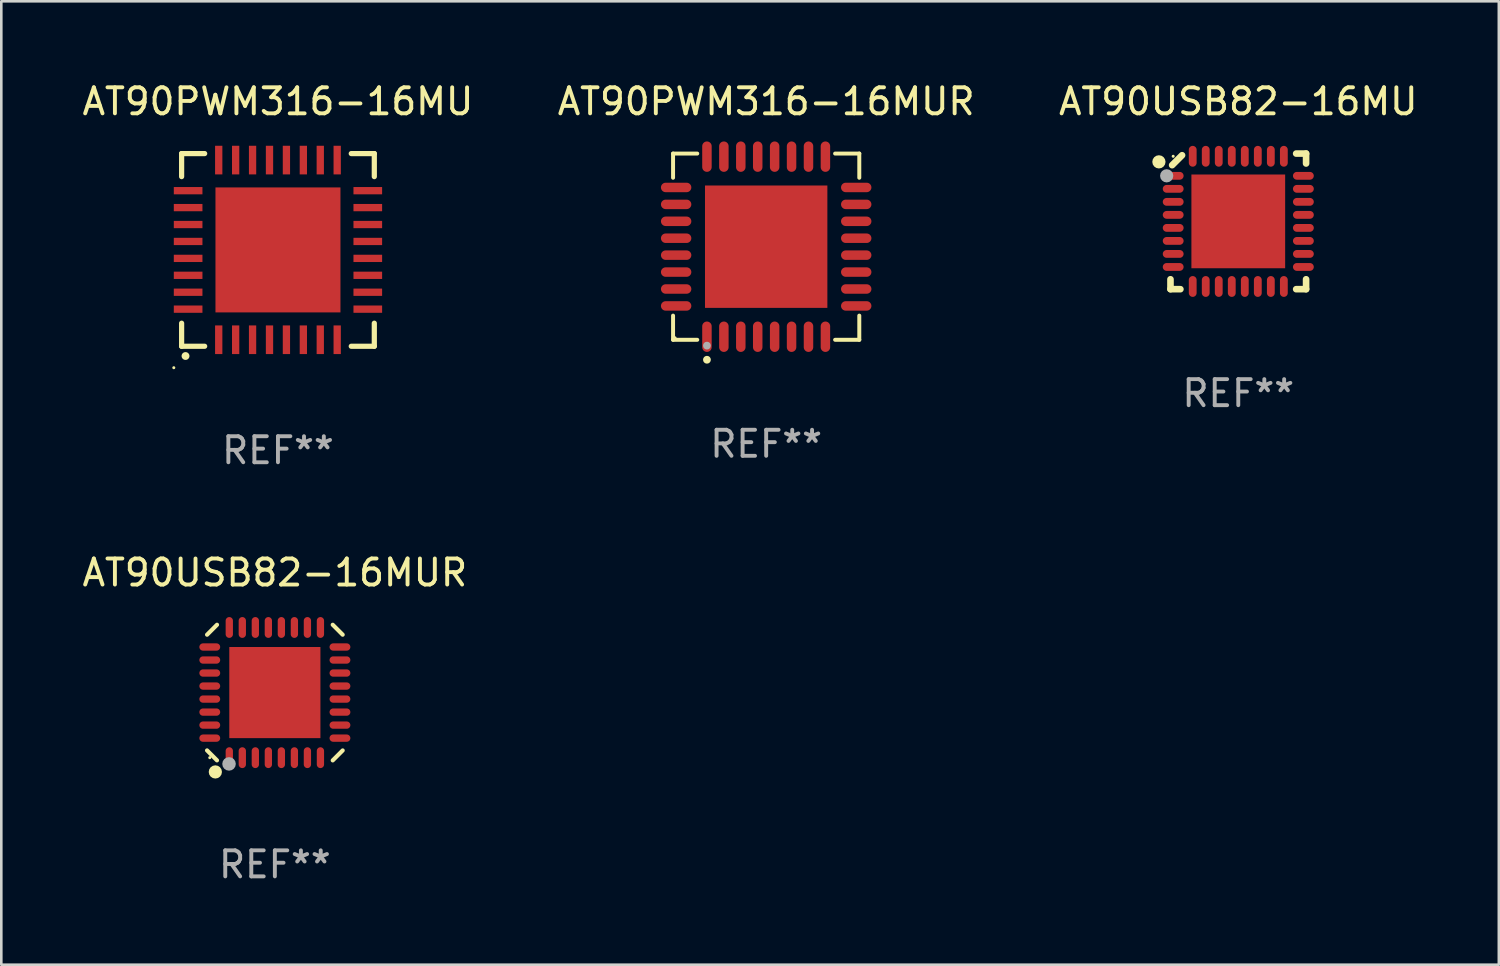
<source format=kicad_pcb>
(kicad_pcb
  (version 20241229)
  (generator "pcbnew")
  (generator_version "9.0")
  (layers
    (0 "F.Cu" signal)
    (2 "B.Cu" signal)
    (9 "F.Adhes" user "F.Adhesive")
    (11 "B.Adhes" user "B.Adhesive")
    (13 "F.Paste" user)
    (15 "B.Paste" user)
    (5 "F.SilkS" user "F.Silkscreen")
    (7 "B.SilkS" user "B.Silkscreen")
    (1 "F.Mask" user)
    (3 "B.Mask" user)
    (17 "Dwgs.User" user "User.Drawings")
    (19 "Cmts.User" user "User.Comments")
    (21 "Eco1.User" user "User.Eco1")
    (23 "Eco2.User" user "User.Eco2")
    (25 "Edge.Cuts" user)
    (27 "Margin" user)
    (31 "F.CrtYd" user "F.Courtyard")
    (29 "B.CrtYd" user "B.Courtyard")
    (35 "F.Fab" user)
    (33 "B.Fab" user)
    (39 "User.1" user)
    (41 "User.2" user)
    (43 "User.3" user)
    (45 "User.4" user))
  (footprint "AT90USB82-16MUR"
    (layer "F.Cu")
    (at 7.506 23.548)
    (property "Reference" "AT90USB82-16MUR" (at 0 -4.604 0) (layer "F.SilkS") (effects (font (size 1 1) (thickness 0.15))))
    (attr through_hole)
    (fp_line (start -2.223 2.603) (end -2.604 2.222) (stroke (width 0.16) (type solid)) (layer "F.SilkS"))
    (fp_line (start -2.222 -2.604) (end -2.603 -2.223) (stroke (width 0.16) (type solid)) (layer "F.SilkS"))
    (fp_line (start 2.223 -2.604) (end 2.604 -2.223) (stroke (width 0.16) (type solid)) (layer "F.SilkS"))
    (fp_line (start 2.604 2.223) (end 2.223 2.604) (stroke (width 0.16) (type solid)) (layer "F.SilkS"))
    (fp_circle (center -2.5 2.5) (end -2.47 2.5) (stroke (width 0.06) (type solid)) (fill no) (layer "F.SilkS"))
    (fp_circle (center -2.286 3.048) (end -2.159 3.048) (stroke (width 0.254) (type solid)) (fill no) (layer "F.SilkS"))
    (fp_circle (center -1.76 2.74) (end -1.63 2.74) (stroke (width 0.26) (type solid)) (fill no) (layer "F.Fab"))
    (fp_text user "REF**" (at 0 6.604 0) (layer "F.Fab") (effects (font (size 1 1) (thickness 0.15))))
    (pad "1" smd oval (at -1.75 2.5) (size 0.28 0.8) (layers "F.Cu" "F.Mask" "F.Paste"))
    (pad "2" smd oval (at -1.25 2.5) (size 0.28 0.8) (layers "F.Cu" "F.Mask" "F.Paste"))
    (pad "3" smd oval (at -0.75 2.5) (size 0.28 0.8) (layers "F.Cu" "F.Mask" "F.Paste"))
    (pad "4" smd oval (at -0.25 2.5) (size 0.28 0.8) (layers "F.Cu" "F.Mask" "F.Paste"))
    (pad "5" smd oval (at 0.25 2.5) (size 0.28 0.8) (layers "F.Cu" "F.Mask" "F.Paste"))
    (pad "6" smd oval (at 0.75 2.5) (size 0.28 0.8) (layers "F.Cu" "F.Mask" "F.Paste"))
    (pad "7" smd oval (at 1.25 2.5) (size 0.28 0.8) (layers "F.Cu" "F.Mask" "F.Paste"))
    (pad "8" smd oval (at 1.75 2.5) (size 0.28 0.8) (layers "F.Cu" "F.Mask" "F.Paste"))
    (pad "9" smd oval (at 2.5 1.75) (size 0.8 0.28) (layers "F.Cu" "F.Mask" "F.Paste"))
    (pad "10" smd oval (at 2.5 1.25) (size 0.8 0.28) (layers "F.Cu" "F.Mask" "F.Paste"))
    (pad "11" smd oval (at 2.5 0.75) (size 0.8 0.28) (layers "F.Cu" "F.Mask" "F.Paste"))
    (pad "12" smd oval (at 2.5 0.25) (size 0.8 0.28) (layers "F.Cu" "F.Mask" "F.Paste"))
    (pad "13" smd oval (at 2.5 -0.25) (size 0.8 0.28) (layers "F.Cu" "F.Mask" "F.Paste"))
    (pad "14" smd oval (at 2.5 -0.75) (size 0.8 0.28) (layers "F.Cu" "F.Mask" "F.Paste"))
    (pad "15" smd oval (at 2.5 -1.25) (size 0.8 0.28) (layers "F.Cu" "F.Mask" "F.Paste"))
    (pad "16" smd oval (at 2.5 -1.75) (size 0.8 0.28) (layers "F.Cu" "F.Mask" "F.Paste"))
    (pad "17" smd oval (at 1.75 -2.5) (size 0.28 0.8) (layers "F.Cu" "F.Mask" "F.Paste"))
    (pad "18" smd oval (at 1.25 -2.5) (size 0.28 0.8) (layers "F.Cu" "F.Mask" "F.Paste"))
    (pad "19" smd oval (at 0.75 -2.5) (size 0.28 0.8) (layers "F.Cu" "F.Mask" "F.Paste"))
    (pad "20" smd oval (at 0.25 -2.5) (size 0.28 0.8) (layers "F.Cu" "F.Mask" "F.Paste"))
    (pad "21" smd oval (at -0.25 -2.5) (size 0.28 0.8) (layers "F.Cu" "F.Mask" "F.Paste"))
    (pad "22" smd oval (at -0.75 -2.5) (size 0.28 0.8) (layers "F.Cu" "F.Mask" "F.Paste"))
    (pad "23" smd oval (at -1.25 -2.5) (size 0.28 0.8) (layers "F.Cu" "F.Mask" "F.Paste"))
    (pad "24" smd oval (at -1.75 -2.5) (size 0.28 0.8) (layers "F.Cu" "F.Mask" "F.Paste"))
    (pad "25" smd oval (at -2.5 -1.75) (size 0.8 0.28) (layers "F.Cu" "F.Mask" "F.Paste"))
    (pad "26" smd oval (at -2.5 -1.25) (size 0.8 0.28) (layers "F.Cu" "F.Mask" "F.Paste"))
    (pad "27" smd oval (at -2.5 -0.75) (size 0.8 0.28) (layers "F.Cu" "F.Mask" "F.Paste"))
    (pad "28" smd oval (at -2.5 -0.25) (size 0.8 0.28) (layers "F.Cu" "F.Mask" "F.Paste"))
    (pad "29" smd oval (at -2.5 0.25) (size 0.8 0.28) (layers "F.Cu" "F.Mask" "F.Paste"))
    (pad "30" smd oval (at -2.5 0.75) (size 0.8 0.28) (layers "F.Cu" "F.Mask" "F.Paste"))
    (pad "31" smd oval (at -2.5 1.25) (size 0.8 0.28) (layers "F.Cu" "F.Mask" "F.Paste"))
    (pad "32" smd oval (at -2.5 1.75) (size 0.8 0.28) (layers "F.Cu" "F.Mask" "F.Paste"))
    (pad "33" smd rect (at 0.000038 -0.000025) (size 3.5 3.5) (layers "F.Cu" "F.Mask" "F.Paste")))
  (footprint "AT90PWM316-16MUR"
    (layer "F.Cu")
    (at 26.375 6.424)
    (property "Reference" "AT90PWM316-16MUR" (at 0 -5.576 0) (layer "F.SilkS") (effects (font (size 1 1) (thickness 0.15))))
    (attr through_hole)
    (fp_line (start -3.576 -3.576) (end -2.647 -3.576) (stroke (width 0.152) (type solid)) (layer "F.SilkS"))
    (fp_line (start -3.576 -2.647) (end -3.576 -3.576) (stroke (width 0.152) (type solid)) (layer "F.SilkS"))
    (fp_line (start -3.576 2.647) (end -3.576 3.576) (stroke (width 0.152) (type solid)) (layer "F.SilkS"))
    (fp_line (start -3.576 3.576) (end -2.647 3.576) (stroke (width 0.152) (type solid)) (layer "F.SilkS"))
    (fp_line (start 3.576 -3.576) (end 2.647 -3.576) (stroke (width 0.152) (type solid)) (layer "F.SilkS"))
    (fp_line (start 3.576 -2.647) (end 3.576 -3.576) (stroke (width 0.152) (type solid)) (layer "F.SilkS"))
    (fp_line (start 3.576 2.647) (end 3.576 3.576) (stroke (width 0.152) (type solid)) (layer "F.SilkS"))
    (fp_line (start 3.576 3.576) (end 2.647 3.576) (stroke (width 0.152) (type solid)) (layer "F.SilkS"))
    (fp_circle (center -3.5 3.5) (end -3.47 3.5) (stroke (width 0.06) (type solid)) (fill no) (layer "F.SilkS"))
    (fp_circle (center -2.275 4.342) (end -2.2 4.342) (stroke (width 0.15) (type solid)) (fill no) (layer "F.SilkS"))
    (fp_circle (center -2.275 3.8) (end -2.2 3.8) (stroke (width 0.15) (type solid)) (fill no) (layer "F.Fab"))
    (fp_text user "REF**" (at 0 7.576 0) (layer "F.Fab") (effects (font (size 1 1) (thickness 0.15))))
    (pad "1" smd oval (at -2.275 3.458) (size 0.364 1.167) (layers "F.Cu" "F.Mask" "F.Paste"))
    (pad "2" smd oval (at -1.625 3.458) (size 0.364 1.167) (layers "F.Cu" "F.Mask" "F.Paste"))
    (pad "3" smd oval (at -0.975 3.458) (size 0.364 1.167) (layers "F.Cu" "F.Mask" "F.Paste"))
    (pad "4" smd oval (at -0.325 3.458) (size 0.364 1.167) (layers "F.Cu" "F.Mask" "F.Paste"))
    (pad "5" smd oval (at 0.325 3.458) (size 0.364 1.167) (layers "F.Cu" "F.Mask" "F.Paste"))
    (pad "6" smd oval (at 0.975 3.458) (size 0.364 1.167) (layers "F.Cu" "F.Mask" "F.Paste"))
    (pad "7" smd oval (at 1.625 3.458) (size 0.364 1.167) (layers "F.Cu" "F.Mask" "F.Paste"))
    (pad "8" smd oval (at 2.275 3.458) (size 0.364 1.167) (layers "F.Cu" "F.Mask" "F.Paste"))
    (pad "9" smd oval (at 3.458 2.275) (size 1.167 0.364) (layers "F.Cu" "F.Mask" "F.Paste"))
    (pad "10" smd oval (at 3.458 1.625) (size 1.167 0.364) (layers "F.Cu" "F.Mask" "F.Paste"))
    (pad "11" smd oval (at 3.458 0.975) (size 1.167 0.364) (layers "F.Cu" "F.Mask" "F.Paste"))
    (pad "12" smd oval (at 3.458 0.325) (size 1.167 0.364) (layers "F.Cu" "F.Mask" "F.Paste"))
    (pad "13" smd oval (at 3.458 -0.325) (size 1.167 0.364) (layers "F.Cu" "F.Mask" "F.Paste"))
    (pad "14" smd oval (at 3.458 -0.975) (size 1.167 0.364) (layers "F.Cu" "F.Mask" "F.Paste"))
    (pad "15" smd oval (at 3.458 -1.625) (size 1.167 0.364) (layers "F.Cu" "F.Mask" "F.Paste"))
    (pad "16" smd oval (at 3.458 -2.275) (size 1.167 0.364) (layers "F.Cu" "F.Mask" "F.Paste"))
    (pad "17" smd oval (at 2.275 -3.458) (size 0.364 1.167) (layers "F.Cu" "F.Mask" "F.Paste"))
    (pad "18" smd oval (at 1.625 -3.458) (size 0.364 1.167) (layers "F.Cu" "F.Mask" "F.Paste"))
    (pad "19" smd oval (at 0.975 -3.458) (size 0.364 1.167) (layers "F.Cu" "F.Mask" "F.Paste"))
    (pad "20" smd oval (at 0.325 -3.458) (size 0.364 1.167) (layers "F.Cu" "F.Mask" "F.Paste"))
    (pad "21" smd oval (at -0.325 -3.458) (size 0.364 1.167) (layers "F.Cu" "F.Mask" "F.Paste"))
    (pad "22" smd oval (at -0.975 -3.458) (size 0.364 1.167) (layers "F.Cu" "F.Mask" "F.Paste"))
    (pad "23" smd oval (at -1.625 -3.458) (size 0.364 1.167) (layers "F.Cu" "F.Mask" "F.Paste"))
    (pad "24" smd oval (at -2.275 -3.458) (size 0.364 1.167) (layers "F.Cu" "F.Mask" "F.Paste"))
    (pad "25" smd oval (at -3.458 -2.275) (size 1.167 0.364) (layers "F.Cu" "F.Mask" "F.Paste"))
    (pad "26" smd oval (at -3.458 -1.625) (size 1.167 0.364) (layers "F.Cu" "F.Mask" "F.Paste"))
    (pad "27" smd oval (at -3.458 -0.975) (size 1.167 0.364) (layers "F.Cu" "F.Mask" "F.Paste"))
    (pad "28" smd oval (at -3.458 -0.325) (size 1.167 0.364) (layers "F.Cu" "F.Mask" "F.Paste"))
    (pad "29" smd oval (at -3.458 0.325) (size 1.167 0.364) (layers "F.Cu" "F.Mask" "F.Paste"))
    (pad "30" smd oval (at -3.458 0.975) (size 1.167 0.364) (layers "F.Cu" "F.Mask" "F.Paste"))
    (pad "31" smd oval (at -3.458 1.625) (size 1.167 0.364) (layers "F.Cu" "F.Mask" "F.Paste"))
    (pad "32" smd oval (at -3.458 2.275) (size 1.167 0.364) (layers "F.Cu" "F.Mask" "F.Paste"))
    (pad "33" smd rect (at 0 0) (size 4.7 4.7) (layers "F.Cu" "F.Mask" "F.Paste")))
  (footprint "AT90PWM316-16MU"
    (layer "F.Cu")
    (at 7.625 6.548)
    (property "Reference" "AT90PWM316-16MU" (at 0 -5.7 0) (layer "F.SilkS") (effects (font (size 1 1) (thickness 0.15))))
    (attr through_hole)
    (fp_line (start -3.7 -3.7) (end -2.815 -3.7) (stroke (width 0.2) (type solid)) (layer "F.SilkS"))
    (fp_line (start -3.7 -2.815) (end -3.7 -3.7) (stroke (width 0.2) (type solid)) (layer "F.SilkS"))
    (fp_line (start -3.7 3.7) (end -3.7 2.815) (stroke (width 0.2) (type solid)) (layer "F.SilkS"))
    (fp_line (start -2.815 3.7) (end -3.7 3.7) (stroke (width 0.2) (type solid)) (layer "F.SilkS"))
    (fp_line (start 2.815 3.7) (end 3.7 3.7) (stroke (width 0.2) (type solid)) (layer "F.SilkS"))
    (fp_line (start 3.7 -3.7) (end 2.815 -3.7) (stroke (width 0.2) (type solid)) (layer "F.SilkS"))
    (fp_line (start 3.7 -2.815) (end 3.7 -3.7) (stroke (width 0.2) (type solid)) (layer "F.SilkS"))
    (fp_line (start 3.7 3.7) (end 3.7 2.815) (stroke (width 0.2) (type solid)) (layer "F.SilkS"))
    (fp_arc (start -3.551308 4.074168) (mid -3.550038 4.074163) (end -3.548768 4.074168) (stroke (width 0.3) (type solid)) (layer "F.SilkS"))
    (fp_circle (center -4 4.524) (end -3.97 4.524) (stroke (width 0.06) (type solid)) (fill no) (layer "F.SilkS"))
    (fp_text user "REF**" (at 0 7.7 0) (layer "F.Fab") (effects (font (size 1 1) (thickness 0.15))))
    (pad "1" smd rect (at -2.275 3.45 180) (size 0.28 1.1) (layers "F.Cu" "F.Mask" "F.Paste"))
    (pad "2" smd rect (at -1.625 3.45 180) (size 0.28 1.1) (layers "F.Cu" "F.Mask" "F.Paste"))
    (pad "3" smd rect (at -0.975 3.45 180) (size 0.28 1.1) (layers "F.Cu" "F.Mask" "F.Paste"))
    (pad "4" smd rect (at -0.325 3.45 180) (size 0.28 1.1) (layers "F.Cu" "F.Mask" "F.Paste"))
    (pad "5" smd rect (at 0.325 3.45 180) (size 0.28 1.1) (layers "F.Cu" "F.Mask" "F.Paste"))
    (pad "6" smd rect (at 0.975 3.45 180) (size 0.28 1.1) (layers "F.Cu" "F.Mask" "F.Paste"))
    (pad "7" smd rect (at 1.625 3.45 180) (size 0.28 1.1) (layers "F.Cu" "F.Mask" "F.Paste"))
    (pad "8" smd rect (at 2.275 3.45 180) (size 0.28 1.1) (layers "F.Cu" "F.Mask" "F.Paste"))
    (pad "9" smd rect (at 3.45 2.275 90) (size 0.28 1.1) (layers "F.Cu" "F.Mask" "F.Paste"))
    (pad "10" smd rect (at 3.45 1.625 90) (size 0.28 1.1) (layers "F.Cu" "F.Mask" "F.Paste"))
    (pad "11" smd rect (at 3.45 0.975 90) (size 0.28 1.1) (layers "F.Cu" "F.Mask" "F.Paste"))
    (pad "12" smd rect (at 3.45 0.325 90) (size 0.28 1.1) (layers "F.Cu" "F.Mask" "F.Paste"))
    (pad "13" smd rect (at 3.45 -0.325 90) (size 0.28 1.1) (layers "F.Cu" "F.Mask" "F.Paste"))
    (pad "14" smd rect (at 3.45 -0.975 90) (size 0.28 1.1) (layers "F.Cu" "F.Mask" "F.Paste"))
    (pad "15" smd rect (at 3.45 -1.625 90) (size 0.28 1.1) (layers "F.Cu" "F.Mask" "F.Paste"))
    (pad "16" smd rect (at 3.45 -2.275 90) (size 0.28 1.1) (layers "F.Cu" "F.Mask" "F.Paste"))
    (pad "17" smd rect (at 2.275 -3.45 180) (size 0.28 1.1) (layers "F.Cu" "F.Mask" "F.Paste"))
    (pad "18" smd rect (at 1.625 -3.45 180) (size 0.28 1.1) (layers "F.Cu" "F.Mask" "F.Paste"))
    (pad "19" smd rect (at 0.975 -3.45 180) (size 0.28 1.1) (layers "F.Cu" "F.Mask" "F.Paste"))
    (pad "20" smd rect (at 0.325 -3.45 180) (size 0.28 1.1) (layers "F.Cu" "F.Mask" "F.Paste"))
    (pad "21" smd rect (at -0.325 -3.45 180) (size 0.28 1.1) (layers "F.Cu" "F.Mask" "F.Paste"))
    (pad "22" smd rect (at -0.975 -3.45 180) (size 0.28 1.1) (layers "F.Cu" "F.Mask" "F.Paste"))
    (pad "23" smd rect (at -1.625 -3.45 180) (size 0.28 1.1) (layers "F.Cu" "F.Mask" "F.Paste"))
    (pad "24" smd rect (at -2.275 -3.45 180) (size 0.28 1.1) (layers "F.Cu" "F.Mask" "F.Paste"))
    (pad "25" smd rect (at -3.45 -2.275 90) (size 0.28 1.1) (layers "F.Cu" "F.Mask" "F.Paste"))
    (pad "26" smd rect (at -3.45 -1.625 90) (size 0.28 1.1) (layers "F.Cu" "F.Mask" "F.Paste"))
    (pad "27" smd rect (at -3.45 -0.975 90) (size 0.28 1.1) (layers "F.Cu" "F.Mask" "F.Paste"))
    (pad "28" smd rect (at -3.45 -0.325 90) (size 0.28 1.1) (layers "F.Cu" "F.Mask" "F.Paste"))
    (pad "29" smd rect (at -3.45 0.325 90) (size 0.28 1.1) (layers "F.Cu" "F.Mask" "F.Paste"))
    (pad "30" smd rect (at -3.45 0.975 90) (size 0.28 1.1) (layers "F.Cu" "F.Mask" "F.Paste"))
    (pad "31" smd rect (at -3.45 1.625 90) (size 0.28 1.1) (layers "F.Cu" "F.Mask" "F.Paste"))
    (pad "32" smd rect (at -3.45 2.275 90) (size 0.28 1.1) (layers "F.Cu" "F.Mask" "F.Paste"))
    (pad "33" smd rect (at 0 0 90) (size 4.8 4.8) (layers "F.Cu" "F.Mask" "F.Paste")))
  (footprint "AT90USB82-16MU"
    (layer "F.Cu")
    (at 44.506 5.452)
    (property "Reference" "AT90USB82-16MU" (at 0 -4.604 0) (layer "F.SilkS") (effects (font (size 1 1) (thickness 0.15))))
    (attr through_hole)
    (fp_line (start -2.604 2.223) (end -2.604 2.604) (stroke (width 0.254) (type solid)) (layer "F.SilkS"))
    (fp_line (start -2.604 2.604) (end -2.223 2.604) (stroke (width 0.254) (type solid)) (layer "F.SilkS"))
    (fp_line (start -2.159 -2.54) (end -2.54 -2.159) (stroke (width 0.254) (type solid)) (layer "F.SilkS"))
    (fp_line (start 2.223 2.604) (end 2.604 2.604) (stroke (width 0.254) (type solid)) (layer "F.SilkS"))
    (fp_line (start 2.604 -2.604) (end 2.223 -2.604) (stroke (width 0.254) (type solid)) (layer "F.SilkS"))
    (fp_line (start 2.604 -2.223) (end 2.604 -2.604) (stroke (width 0.254) (type solid)) (layer "F.SilkS"))
    (fp_line (start 2.604 2.604) (end 2.604 2.223) (stroke (width 0.254) (type solid)) (layer "F.SilkS"))
    (fp_circle (center -3.048 -2.286) (end -2.921 -2.286) (stroke (width 0.254) (type solid)) (fill no) (layer "F.SilkS"))
    (fp_circle (center -2.5 -2.5) (end -2.47 -2.5) (stroke (width 0.06) (type solid)) (fill no) (layer "F.SilkS"))
    (fp_circle (center -2.75 -1.75) (end -2.623 -1.75) (stroke (width 0.254) (type solid)) (fill no) (layer "F.Fab"))
    (fp_text user "REF**" (at 0 6.604 0) (layer "F.Fab") (effects (font (size 1 1) (thickness 0.15))))
    (pad "1" smd oval (at -2.5 -1.75) (size 0.8 0.3) (layers "F.Cu" "F.Mask" "F.Paste"))
    (pad "2" smd oval (at -2.5 -1.25) (size 0.8 0.3) (layers "F.Cu" "F.Mask" "F.Paste"))
    (pad "3" smd oval (at -2.5 -0.75) (size 0.8 0.3) (layers "F.Cu" "F.Mask" "F.Paste"))
    (pad "4" smd oval (at -2.5 -0.25) (size 0.8 0.3) (layers "F.Cu" "F.Mask" "F.Paste"))
    (pad "5" smd oval (at -2.5 0.25) (size 0.8 0.3) (layers "F.Cu" "F.Mask" "F.Paste"))
    (pad "6" smd oval (at -2.5 0.75) (size 0.8 0.3) (layers "F.Cu" "F.Mask" "F.Paste"))
    (pad "7" smd oval (at -2.5 1.25) (size 0.8 0.3) (layers "F.Cu" "F.Mask" "F.Paste"))
    (pad "8" smd oval (at -2.5 1.75) (size 0.8 0.3) (layers "F.Cu" "F.Mask" "F.Paste"))
    (pad "9" smd oval (at -1.75 2.5) (size 0.3 0.8) (layers "F.Cu" "F.Mask" "F.Paste"))
    (pad "10" smd oval (at -1.25 2.5) (size 0.3 0.8) (layers "F.Cu" "F.Mask" "F.Paste"))
    (pad "11" smd oval (at -0.75 2.5) (size 0.3 0.8) (layers "F.Cu" "F.Mask" "F.Paste"))
    (pad "12" smd oval (at -0.25 2.5) (size 0.3 0.8) (layers "F.Cu" "F.Mask" "F.Paste"))
    (pad "13" smd oval (at 0.25 2.5) (size 0.3 0.8) (layers "F.Cu" "F.Mask" "F.Paste"))
    (pad "14" smd oval (at 0.75 2.5) (size 0.3 0.8) (layers "F.Cu" "F.Mask" "F.Paste"))
    (pad "15" smd oval (at 1.25 2.5) (size 0.3 0.8) (layers "F.Cu" "F.Mask" "F.Paste"))
    (pad "16" smd oval (at 1.75 2.5) (size 0.3 0.8) (layers "F.Cu" "F.Mask" "F.Paste"))
    (pad "17" smd oval (at 2.5 1.75) (size 0.8 0.3) (layers "F.Cu" "F.Mask" "F.Paste"))
    (pad "18" smd oval (at 2.5 1.25) (size 0.8 0.3) (layers "F.Cu" "F.Mask" "F.Paste"))
    (pad "19" smd oval (at 2.5 0.75) (size 0.8 0.3) (layers "F.Cu" "F.Mask" "F.Paste"))
    (pad "20" smd oval (at 2.5 0.25) (size 0.8 0.3) (layers "F.Cu" "F.Mask" "F.Paste"))
    (pad "21" smd oval (at 2.5 -0.25) (size 0.8 0.3) (layers "F.Cu" "F.Mask" "F.Paste"))
    (pad "22" smd oval (at 2.5 -0.75) (size 0.8 0.3) (layers "F.Cu" "F.Mask" "F.Paste"))
    (pad "23" smd oval (at 2.5 -1.25) (size 0.8 0.3) (layers "F.Cu" "F.Mask" "F.Paste"))
    (pad "24" smd oval (at 2.5 -1.75) (size 0.8 0.3) (layers "F.Cu" "F.Mask" "F.Paste"))
    (pad "25" smd oval (at 1.75 -2.5) (size 0.3 0.8) (layers "F.Cu" "F.Mask" "F.Paste"))
    (pad "26" smd oval (at 1.25 -2.5) (size 0.3 0.8) (layers "F.Cu" "F.Mask" "F.Paste"))
    (pad "27" smd oval (at 0.75 -2.5) (size 0.3 0.8) (layers "F.Cu" "F.Mask" "F.Paste"))
    (pad "28" smd oval (at 0.25 -2.5) (size 0.3 0.8) (layers "F.Cu" "F.Mask" "F.Paste"))
    (pad "29" smd oval (at -0.25 -2.5) (size 0.3 0.8) (layers "F.Cu" "F.Mask" "F.Paste"))
    (pad "30" smd oval (at -0.75 -2.5) (size 0.3 0.8) (layers "F.Cu" "F.Mask" "F.Paste"))
    (pad "31" smd oval (at -1.25 -2.5) (size 0.3 0.8) (layers "F.Cu" "F.Mask" "F.Paste"))
    (pad "32" smd oval (at -1.75 -2.5) (size 0.3 0.8) (layers "F.Cu" "F.Mask" "F.Paste"))
    (pad "33" smd rect (at -0.000076 0) (size 3.6 3.6) (layers "F.Cu" "F.Mask" "F.Paste")))
  (gr_rect
    (start -3 -3)
    (end 54.512 34)
    (stroke (width 0.1) (type default))
    (fill no)
    (layer "Edge.Cuts")))
</source>
